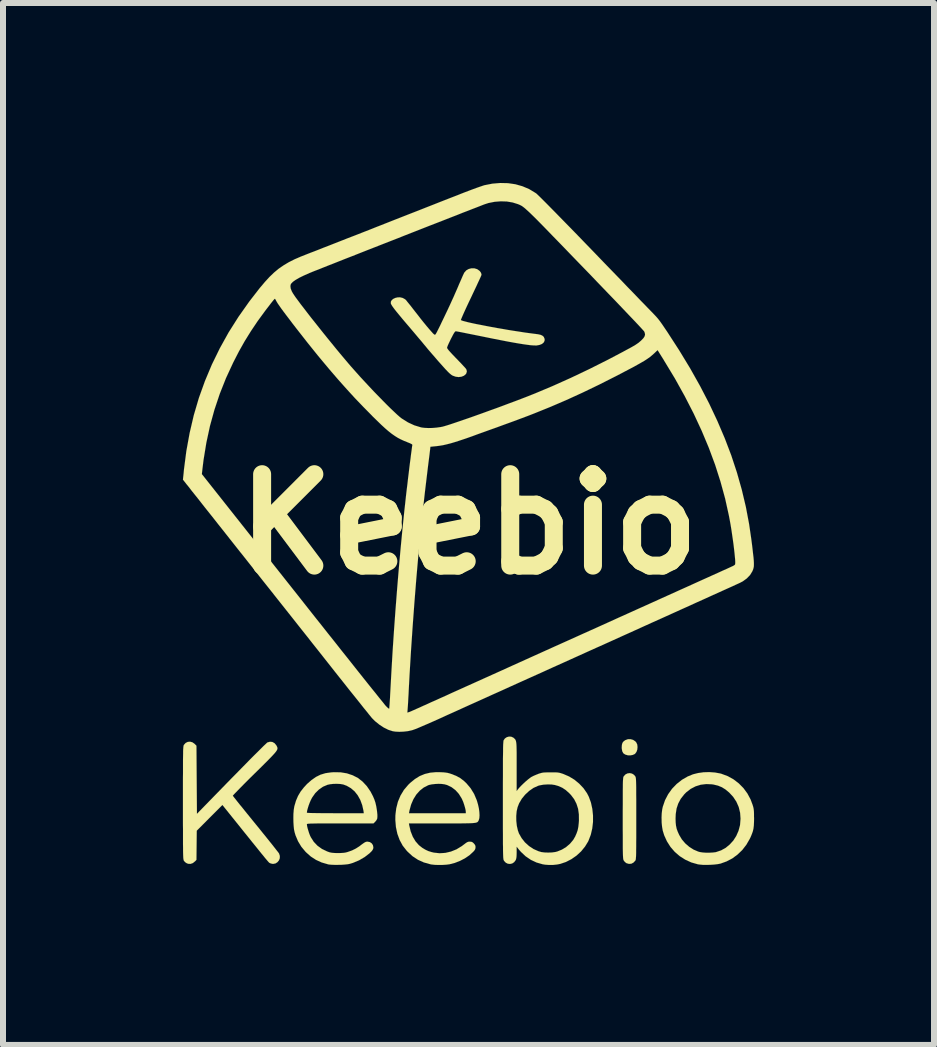
<source format=kicad_pcb>
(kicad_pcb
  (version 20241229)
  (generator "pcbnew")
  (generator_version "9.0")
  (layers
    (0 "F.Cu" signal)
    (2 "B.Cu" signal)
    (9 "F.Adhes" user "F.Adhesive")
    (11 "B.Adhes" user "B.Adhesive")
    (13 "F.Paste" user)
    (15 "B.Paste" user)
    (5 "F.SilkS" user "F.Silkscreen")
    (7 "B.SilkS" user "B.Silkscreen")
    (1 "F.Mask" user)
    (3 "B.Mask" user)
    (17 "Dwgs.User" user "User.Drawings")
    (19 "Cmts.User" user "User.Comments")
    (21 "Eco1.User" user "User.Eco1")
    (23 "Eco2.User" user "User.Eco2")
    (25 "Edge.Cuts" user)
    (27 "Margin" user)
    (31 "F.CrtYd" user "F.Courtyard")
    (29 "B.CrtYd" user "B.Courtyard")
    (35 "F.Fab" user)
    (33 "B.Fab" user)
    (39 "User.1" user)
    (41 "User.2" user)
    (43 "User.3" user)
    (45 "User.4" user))
  (footprint "Keebio"
    (layer "F.Cu")
    (at 4.767 5.69)
    (property "Reference" "Keebio" (at 0 0 0) (layer "F.SilkS") (effects (font (size 1.524 1.524) (thickness 0.3))))
    (attr through_hole)
    (fp_poly (pts (xy 2.738 3.595) (xy 2.774 3.619) (xy 2.792 3.64) (xy 2.807 3.674) (xy 2.811 3.715) (xy 2.807 3.757) (xy 2.794 3.794) (xy 2.773 3.823) (xy 2.764 3.831) (xy 2.73 3.846) (xy 2.688 3.853) (xy 2.65 3.852) (xy 2.606 3.839) (xy 2.575 3.818) (xy 2.557 3.785) (xy 2.549 3.741) (xy 2.548 3.724) (xy 2.551 3.678) (xy 2.56 3.645) (xy 2.578 3.621) (xy 2.605 3.601) (xy 2.606 3.6) (xy 2.65 3.584) (xy 2.695 3.583) (xy 2.738 3.595)) (stroke (width 0.001) (type solid)) (fill yes) (layer "F.SilkS"))
    (fp_poly (pts (xy 2.719 4.157) (xy 2.752 4.177) (xy 2.773 4.202) (xy 2.776 4.207) (xy 2.779 4.214) (xy 2.781 4.222) (xy 2.783 4.234) (xy 2.785 4.25) (xy 2.786 4.272) (xy 2.787 4.3) (xy 2.788 4.336) (xy 2.789 4.382) (xy 2.789 4.437) (xy 2.789 4.503) (xy 2.79 4.582) (xy 2.79 4.674) (xy 2.79 4.781) (xy 2.79 4.904) (xy 2.79 4.907) (xy 2.79 5.03) (xy 2.79 5.138) (xy 2.79 5.23) (xy 2.789 5.31) (xy 2.789 5.377) (xy 2.788 5.432) (xy 2.788 5.478) (xy 2.787 5.514) (xy 2.786 5.542) (xy 2.784 5.564) (xy 2.783 5.58) (xy 2.781 5.591) (xy 2.779 5.599) (xy 2.776 5.605) (xy 2.774 5.608) (xy 2.744 5.64) (xy 2.708 5.659) (xy 2.668 5.662) (xy 2.627 5.65) (xy 2.625 5.649) (xy 2.601 5.63) (xy 2.582 5.606) (xy 2.581 5.604) (xy 2.578 5.598) (xy 2.576 5.591) (xy 2.573 5.581) (xy 2.572 5.567) (xy 2.57 5.548) (xy 2.569 5.524) (xy 2.568 5.492) (xy 2.567 5.451) (xy 2.566 5.402) (xy 2.566 5.341) (xy 2.566 5.269) (xy 2.566 5.184) (xy 2.565 5.085) (xy 2.565 4.971) (xy 2.565 4.902) (xy 2.565 4.78) (xy 2.566 4.673) (xy 2.566 4.581) (xy 2.566 4.502) (xy 2.566 4.436) (xy 2.567 4.381) (xy 2.567 4.336) (xy 2.568 4.3) (xy 2.569 4.271) (xy 2.571 4.25) (xy 2.572 4.234) (xy 2.574 4.222) (xy 2.576 4.213) (xy 2.579 4.207) (xy 2.582 4.202) (xy 2.609 4.172) (xy 2.644 4.154) (xy 2.682 4.149) (xy 2.719 4.157)) (stroke (width 0.001) (type solid)) (fill yes) (layer "F.SilkS"))
    (fp_poly (pts (xy 4.103 4.139) (xy 4.191 4.155) (xy 4.212 4.161) (xy 4.316 4.2) (xy 4.413 4.254) (xy 4.5 4.321) (xy 4.577 4.399) (xy 4.643 4.489) (xy 4.696 4.588) (xy 4.73 4.679) (xy 4.739 4.709) (xy 4.745 4.734) (xy 4.749 4.76) (xy 4.752 4.791) (xy 4.753 4.829) (xy 4.753 4.879) (xy 4.754 4.898) (xy 4.753 4.968) (xy 4.75 5.025) (xy 4.744 5.074) (xy 4.734 5.118) (xy 4.718 5.163) (xy 4.698 5.212) (xy 4.682 5.245) (xy 4.626 5.342) (xy 4.558 5.43) (xy 4.479 5.506) (xy 4.391 5.571) (xy 4.295 5.621) (xy 4.195 5.657) (xy 4.149 5.666) (xy 4.091 5.673) (xy 4.027 5.677) (xy 3.962 5.679) (xy 3.9 5.678) (xy 3.847 5.673) (xy 3.818 5.669) (xy 3.709 5.638) (xy 3.608 5.592) (xy 3.515 5.533) (xy 3.432 5.461) (xy 3.361 5.379) (xy 3.302 5.286) (xy 3.256 5.185) (xy 3.232 5.107) (xy 3.221 5.045) (xy 3.214 4.974) (xy 3.213 4.906) (xy 3.445 4.906) (xy 3.447 4.973) (xy 3.453 5.028) (xy 3.464 5.079) (xy 3.483 5.13) (xy 3.507 5.182) (xy 3.55 5.254) (xy 3.607 5.321) (xy 3.673 5.378) (xy 3.745 5.424) (xy 3.822 5.457) (xy 3.851 5.465) (xy 3.896 5.472) (xy 3.951 5.476) (xy 4.01 5.476) (xy 4.067 5.473) (xy 4.115 5.467) (xy 4.122 5.465) (xy 4.205 5.437) (xy 4.281 5.395) (xy 4.349 5.339) (xy 4.409 5.273) (xy 4.458 5.196) (xy 4.495 5.112) (xy 4.519 5.022) (xy 4.521 5.012) (xy 4.529 4.909) (xy 4.522 4.81) (xy 4.499 4.715) (xy 4.46 4.626) (xy 4.406 4.544) (xy 4.34 4.473) (xy 4.279 4.422) (xy 4.218 4.384) (xy 4.152 4.357) (xy 4.077 4.339) (xy 4.05 4.335) (xy 3.957 4.331) (xy 3.866 4.342) (xy 3.779 4.369) (xy 3.698 4.411) (xy 3.624 4.468) (xy 3.587 4.506) (xy 3.531 4.578) (xy 3.49 4.655) (xy 3.462 4.739) (xy 3.448 4.832) (xy 3.445 4.906) (xy 3.213 4.906) (xy 3.212 4.898) (xy 3.215 4.823) (xy 3.223 4.755) (xy 3.233 4.709) (xy 3.27 4.601) (xy 3.322 4.501) (xy 3.387 4.41) (xy 3.464 4.33) (xy 3.551 4.261) (xy 3.648 4.205) (xy 3.736 4.169) (xy 3.819 4.148) (xy 3.912 4.135) (xy 4.008 4.132) (xy 4.103 4.139)) (stroke (width 0.001) (type solid)) (fill yes) (layer "F.SilkS"))
    (fp_poly (pts (xy -0.478 4.134) (xy -0.428 4.136) (xy -0.389 4.14) (xy -0.356 4.145) (xy -0.324 4.153) (xy -0.292 4.164) (xy -0.212 4.195) (xy -0.143 4.233) (xy -0.081 4.281) (xy -0.042 4.318) (xy 0.029 4.402) (xy 0.087 4.497) (xy 0.131 4.601) (xy 0.132 4.604) (xy 0.151 4.669) (xy 0.166 4.735) (xy 0.174 4.797) (xy 0.177 4.852) (xy 0.174 4.898) (xy 0.165 4.931) (xy 0.16 4.942) (xy 0.155 4.951) (xy 0.149 4.959) (xy 0.141 4.966) (xy 0.13 4.971) (xy 0.114 4.976) (xy 0.092 4.979) (xy 0.063 4.982) (xy 0.025 4.984) (xy -0.022 4.985) (xy -0.079 4.986) (xy -0.149 4.987) (xy -0.232 4.987) (xy -0.329 4.987) (xy -0.442 4.987) (xy -0.448 4.987) (xy -1 4.987) (xy -0.995 5.019) (xy -0.971 5.12) (xy -0.936 5.209) (xy -0.891 5.285) (xy -0.834 5.35) (xy -0.778 5.394) (xy -0.727 5.425) (xy -0.678 5.448) (xy -0.624 5.465) (xy -0.582 5.475) (xy -0.488 5.485) (xy -0.393 5.479) (xy -0.299 5.457) (xy -0.207 5.42) (xy -0.118 5.366) (xy -0.081 5.338) (xy -0.051 5.315) (xy -0.029 5.301) (xy -0.011 5.294) (xy 0.009 5.292) (xy 0.015 5.292) (xy 0.042 5.294) (xy 0.062 5.303) (xy 0.081 5.32) (xy 0.1 5.343) (xy 0.109 5.364) (xy 0.11 5.384) (xy 0.108 5.405) (xy 0.101 5.424) (xy 0.087 5.444) (xy 0.07 5.462) (xy 0.009 5.518) (xy -0.066 5.569) (xy -0.149 5.612) (xy -0.236 5.646) (xy -0.321 5.668) (xy -0.374 5.675) (xy -0.436 5.679) (xy -0.503 5.68) (xy -0.566 5.678) (xy -0.622 5.672) (xy -0.643 5.668) (xy -0.75 5.638) (xy -0.848 5.594) (xy -0.938 5.535) (xy -1.02 5.46) (xy -1.037 5.442) (xy -1.103 5.358) (xy -1.154 5.264) (xy -1.192 5.161) (xy -1.216 5.049) (xy -1.226 4.93) (xy -1.225 4.856) (xy -1.221 4.818) (xy -0.999 4.818) (xy -0.051 4.818) (xy -0.051 4.798) (xy -0.054 4.767) (xy -0.064 4.725) (xy -0.078 4.677) (xy -0.094 4.629) (xy -0.113 4.586) (xy -0.121 4.569) (xy -0.168 4.494) (xy -0.224 4.432) (xy -0.289 4.383) (xy -0.361 4.348) (xy -0.407 4.335) (xy -0.453 4.329) (xy -0.507 4.327) (xy -0.564 4.33) (xy -0.619 4.336) (xy -0.665 4.346) (xy -0.679 4.351) (xy -0.753 4.389) (xy -0.819 4.441) (xy -0.877 4.506) (xy -0.925 4.583) (xy -0.963 4.671) (xy -0.99 4.769) (xy -0.994 4.79) (xy -0.999 4.818) (xy -1.221 4.818) (xy -1.211 4.737) (xy -1.183 4.626) (xy -1.14 4.524) (xy -1.083 4.429) (xy -1.01 4.343) (xy -0.979 4.313) (xy -0.901 4.249) (xy -0.821 4.199) (xy -0.737 4.164) (xy -0.646 4.142) (xy -0.546 4.133) (xy -0.478 4.134)) (stroke (width 0.001) (type solid)) (fill yes) (layer "F.SilkS"))
    (fp_poly (pts (xy -4.61 3.635) (xy -4.574 3.66) (xy -4.573 3.661) (xy -4.542 3.692) (xy -4.538 4.26) (xy -4.534 4.828) (xy -3.96 4.239) (xy -3.873 4.151) (xy -3.791 4.067) (xy -3.713 3.988) (xy -3.642 3.915) (xy -3.576 3.849) (xy -3.517 3.791) (xy -3.467 3.741) (xy -3.425 3.699) (xy -3.392 3.668) (xy -3.37 3.647) (xy -3.358 3.637) (xy -3.357 3.637) (xy -3.316 3.626) (xy -3.276 3.63) (xy -3.24 3.65) (xy -3.212 3.683) (xy -3.206 3.694) (xy -3.199 3.707) (xy -3.194 3.719) (xy -3.192 3.731) (xy -3.192 3.743) (xy -3.196 3.757) (xy -3.205 3.774) (xy -3.219 3.794) (xy -3.239 3.818) (xy -3.267 3.849) (xy -3.302 3.886) (xy -3.345 3.93) (xy -3.398 3.983) (xy -3.461 4.046) (xy -3.535 4.119) (xy -3.57 4.153) (xy -3.636 4.218) (xy -3.697 4.279) (xy -3.754 4.336) (xy -3.805 4.388) (xy -3.849 4.433) (xy -3.885 4.47) (xy -3.913 4.499) (xy -3.93 4.518) (xy -3.936 4.526) (xy -3.936 4.526) (xy -3.93 4.534) (xy -3.915 4.554) (xy -3.89 4.585) (xy -3.858 4.626) (xy -3.818 4.676) (xy -3.771 4.733) (xy -3.72 4.797) (xy -3.663 4.867) (xy -3.603 4.941) (xy -3.556 4.999) (xy -3.493 5.076) (xy -3.433 5.151) (xy -3.377 5.22) (xy -3.325 5.285) (xy -3.279 5.342) (xy -3.24 5.392) (xy -3.208 5.433) (xy -3.184 5.463) (xy -3.169 5.483) (xy -3.165 5.489) (xy -3.152 5.529) (xy -3.153 5.568) (xy -3.167 5.604) (xy -3.191 5.633) (xy -3.223 5.654) (xy -3.262 5.662) (xy -3.275 5.661) (xy -3.302 5.655) (xy -3.325 5.645) (xy -3.329 5.642) (xy -3.335 5.636) (xy -3.345 5.625) (xy -3.358 5.61) (xy -3.375 5.59) (xy -3.398 5.563) (xy -3.425 5.529) (xy -3.46 5.487) (xy -3.501 5.436) (xy -3.549 5.376) (xy -3.606 5.306) (xy -3.671 5.225) (xy -3.746 5.132) (xy -3.814 5.047) (xy -4.109 4.68) (xy -4.323 4.894) (xy -4.537 5.109) (xy -4.542 5.595) (xy -4.564 5.618) (xy -4.601 5.648) (xy -4.64 5.662) (xy -4.681 5.66) (xy -4.706 5.65) (xy -4.731 5.633) (xy -4.75 5.611) (xy -4.751 5.61) (xy -4.753 5.605) (xy -4.756 5.599) (xy -4.757 5.591) (xy -4.759 5.58) (xy -4.761 5.565) (xy -4.762 5.545) (xy -4.763 5.519) (xy -4.764 5.486) (xy -4.765 5.445) (xy -4.765 5.395) (xy -4.766 5.336) (xy -4.766 5.265) (xy -4.766 5.184) (xy -4.766 5.089) (xy -4.767 4.981) (xy -4.767 4.858) (xy -4.767 4.72) (xy -4.767 4.644) (xy -4.767 4.498) (xy -4.767 4.367) (xy -4.767 4.252) (xy -4.766 4.151) (xy -4.766 4.063) (xy -4.766 3.987) (xy -4.766 3.922) (xy -4.765 3.868) (xy -4.764 3.822) (xy -4.764 3.785) (xy -4.763 3.756) (xy -4.761 3.733) (xy -4.76 3.715) (xy -4.758 3.702) (xy -4.757 3.693) (xy -4.755 3.686) (xy -4.752 3.681) (xy -4.75 3.677) (xy -4.722 3.646) (xy -4.688 3.629) (xy -4.649 3.625) (xy -4.61 3.635)) (stroke (width 0.001) (type solid)) (fill yes) (layer "F.SilkS"))
    (fp_poly (pts (xy -2.138 4.136) (xy -2.034 4.153) (xy -1.938 4.185) (xy -1.85 4.23) (xy -1.772 4.291) (xy -1.702 4.366) (xy -1.641 4.455) (xy -1.6 4.533) (xy -1.576 4.589) (xy -1.558 4.643) (xy -1.545 4.7) (xy -1.534 4.766) (xy -1.531 4.792) (xy -1.526 4.843) (xy -1.526 4.88) (xy -1.529 4.908) (xy -1.539 4.93) (xy -1.554 4.95) (xy -1.562 4.959) (xy -1.59 4.987) (xy -2.145 4.987) (xy -2.256 4.987) (xy -2.351 4.987) (xy -2.432 4.987) (xy -2.499 4.987) (xy -2.554 4.988) (xy -2.598 4.989) (xy -2.632 4.989) (xy -2.658 4.991) (xy -2.676 4.992) (xy -2.689 4.994) (xy -2.696 4.996) (xy -2.7 4.998) (xy -2.701 5.001) (xy -2.701 5.002) (xy -2.698 5.03) (xy -2.689 5.068) (xy -2.676 5.112) (xy -2.662 5.156) (xy -2.646 5.196) (xy -2.635 5.218) (xy -2.586 5.295) (xy -2.524 5.36) (xy -2.45 5.413) (xy -2.365 5.454) (xy -2.352 5.459) (xy -2.323 5.469) (xy -2.296 5.475) (xy -2.267 5.479) (xy -2.232 5.481) (xy -2.184 5.482) (xy -2.135 5.481) (xy -2.096 5.479) (xy -2.065 5.475) (xy -2.035 5.468) (xy -2.015 5.462) (xy -1.948 5.438) (xy -1.887 5.408) (xy -1.827 5.37) (xy -1.792 5.343) (xy -1.759 5.319) (xy -1.736 5.304) (xy -1.717 5.295) (xy -1.699 5.292) (xy -1.689 5.292) (xy -1.651 5.299) (xy -1.62 5.32) (xy -1.6 5.35) (xy -1.593 5.387) (xy -1.595 5.405) (xy -1.603 5.425) (xy -1.618 5.447) (xy -1.645 5.474) (xy -1.656 5.485) (xy -1.738 5.548) (xy -1.832 5.603) (xy -1.933 5.645) (xy -1.985 5.661) (xy -2.021 5.668) (xy -2.069 5.673) (xy -2.125 5.677) (xy -2.184 5.678) (xy -2.241 5.678) (xy -2.293 5.676) (xy -2.335 5.672) (xy -2.349 5.669) (xy -2.455 5.638) (xy -2.549 5.595) (xy -2.634 5.54) (xy -2.713 5.47) (xy -2.723 5.46) (xy -2.793 5.376) (xy -2.848 5.285) (xy -2.89 5.186) (xy -2.905 5.135) (xy -2.915 5.089) (xy -2.921 5.03) (xy -2.925 4.964) (xy -2.926 4.895) (xy -2.925 4.827) (xy -2.923 4.809) (xy -2.701 4.809) (xy -2.694 4.811) (xy -2.672 4.813) (xy -2.636 4.814) (xy -2.585 4.815) (xy -2.518 4.816) (xy -2.435 4.817) (xy -2.336 4.817) (xy -2.226 4.818) (xy -1.752 4.818) (xy -1.757 4.777) (xy -1.778 4.683) (xy -1.81 4.596) (xy -1.853 4.519) (xy -1.905 4.453) (xy -1.967 4.4) (xy -2.036 4.36) (xy -2.095 4.338) (xy -2.142 4.33) (xy -2.199 4.327) (xy -2.258 4.328) (xy -2.314 4.334) (xy -2.356 4.343) (xy -2.432 4.375) (xy -2.501 4.423) (xy -2.562 4.483) (xy -2.614 4.557) (xy -2.637 4.601) (xy -2.654 4.641) (xy -2.671 4.686) (xy -2.685 4.731) (xy -2.696 4.771) (xy -2.701 4.802) (xy -2.701 4.809) (xy -2.923 4.809) (xy -2.92 4.765) (xy -2.912 4.714) (xy -2.909 4.699) (xy -2.882 4.608) (xy -2.848 4.529) (xy -2.806 4.458) (xy -2.752 4.389) (xy -2.698 4.33) (xy -2.623 4.264) (xy -2.55 4.213) (xy -2.473 4.175) (xy -2.39 4.15) (xy -2.297 4.137) (xy -2.252 4.134) (xy -2.138 4.136)) (stroke (width 0.001) (type solid)) (fill yes) (layer "F.SilkS"))
    (fp_poly (pts (xy 0.706 3.542) (xy 0.74 3.557) (xy 0.745 3.561) (xy 0.756 3.571) (xy 0.766 3.58) (xy 0.774 3.59) (xy 0.78 3.602) (xy 0.785 3.618) (xy 0.789 3.639) (xy 0.792 3.667) (xy 0.794 3.704) (xy 0.795 3.75) (xy 0.796 3.808) (xy 0.796 3.878) (xy 0.796 3.963) (xy 0.796 4.04) (xy 0.796 4.449) (xy 0.814 4.424) (xy 0.837 4.396) (xy 0.87 4.361) (xy 0.908 4.324) (xy 0.948 4.287) (xy 0.988 4.253) (xy 1.022 4.227) (xy 1.041 4.214) (xy 1.078 4.195) (xy 1.122 4.176) (xy 1.163 4.16) (xy 1.164 4.159) (xy 1.192 4.151) (xy 1.217 4.144) (xy 1.242 4.14) (xy 1.272 4.138) (xy 1.311 4.137) (xy 1.363 4.137) (xy 1.414 4.137) (xy 1.452 4.137) (xy 1.481 4.139) (xy 1.506 4.143) (xy 1.53 4.149) (xy 1.558 4.158) (xy 1.575 4.164) (xy 1.67 4.205) (xy 1.759 4.259) (xy 1.839 4.325) (xy 1.91 4.4) (xy 1.968 4.483) (xy 1.998 4.541) (xy 2.034 4.638) (xy 2.057 4.743) (xy 2.069 4.853) (xy 2.069 4.964) (xy 2.056 5.073) (xy 2.032 5.176) (xy 1.995 5.272) (xy 1.989 5.286) (xy 1.936 5.373) (xy 1.871 5.453) (xy 1.794 5.524) (xy 1.709 5.583) (xy 1.618 5.63) (xy 1.523 5.662) (xy 1.472 5.672) (xy 1.408 5.679) (xy 1.338 5.68) (xy 1.27 5.675) (xy 1.228 5.668) (xy 1.128 5.639) (xy 1.034 5.595) (xy 0.947 5.536) (xy 0.868 5.462) (xy 0.828 5.416) (xy 0.796 5.375) (xy 0.796 5.47) (xy 0.795 5.516) (xy 0.793 5.548) (xy 0.789 5.572) (xy 0.783 5.593) (xy 0.779 5.601) (xy 0.754 5.634) (xy 0.722 5.655) (xy 0.686 5.663) (xy 0.649 5.659) (xy 0.615 5.642) (xy 0.587 5.612) (xy 0.583 5.604) (xy 0.58 5.599) (xy 0.578 5.593) (xy 0.576 5.584) (xy 0.575 5.573) (xy 0.573 5.557) (xy 0.572 5.535) (xy 0.571 5.508) (xy 0.57 5.474) (xy 0.569 5.432) (xy 0.569 5.381) (xy 0.568 5.321) (xy 0.568 5.249) (xy 0.568 5.166) (xy 0.567 5.071) (xy 0.567 4.962) (xy 0.567 4.864) (xy 0.789 4.864) (xy 0.79 4.946) (xy 0.799 5.028) (xy 0.816 5.103) (xy 0.834 5.154) (xy 0.878 5.232) (xy 0.934 5.303) (xy 1.001 5.364) (xy 1.076 5.414) (xy 1.157 5.45) (xy 1.207 5.465) (xy 1.26 5.472) (xy 1.321 5.474) (xy 1.384 5.472) (xy 1.442 5.464) (xy 1.473 5.456) (xy 1.55 5.425) (xy 1.622 5.381) (xy 1.686 5.326) (xy 1.74 5.262) (xy 1.772 5.207) (xy 1.796 5.152) (xy 1.814 5.1) (xy 1.825 5.045) (xy 1.832 4.981) (xy 1.835 4.94) (xy 1.834 4.837) (xy 1.821 4.744) (xy 1.794 4.66) (xy 1.755 4.583) (xy 1.701 4.512) (xy 1.673 4.483) (xy 1.615 4.431) (xy 1.556 4.392) (xy 1.493 4.364) (xy 1.435 4.347) (xy 1.377 4.338) (xy 1.312 4.337) (xy 1.245 4.341) (xy 1.183 4.352) (xy 1.154 4.36) (xy 1.077 4.395) (xy 1.005 4.445) (xy 0.939 4.506) (xy 0.882 4.575) (xy 0.837 4.652) (xy 0.812 4.716) (xy 0.796 4.785) (xy 0.789 4.864) (xy 0.567 4.864) (xy 0.567 4.838) (xy 0.567 4.699) (xy 0.567 4.604) (xy 0.567 4.452) (xy 0.567 4.316) (xy 0.568 4.195) (xy 0.568 4.089) (xy 0.568 3.996) (xy 0.568 3.916) (xy 0.569 3.847) (xy 0.57 3.788) (xy 0.57 3.74) (xy 0.571 3.7) (xy 0.572 3.669) (xy 0.574 3.645) (xy 0.575 3.626) (xy 0.577 3.614) (xy 0.578 3.605) (xy 0.579 3.602) (xy 0.601 3.571) (xy 0.632 3.55) (xy 0.668 3.54) (xy 0.706 3.542)) (stroke (width 0.001) (type solid)) (fill yes) (layer "F.SilkS"))
    (fp_poly (pts (xy 0.09 -4.267) (xy 0.136 -4.253) (xy 0.148 -4.246) (xy 0.18 -4.222) (xy 0.201 -4.194) (xy 0.21 -4.166) (xy 0.208 -4.154) (xy 0.204 -4.142) (xy 0.193 -4.117) (xy 0.176 -4.08) (xy 0.154 -4.033) (xy 0.128 -3.976) (xy 0.098 -3.913) (xy 0.065 -3.843) (xy 0.034 -3.777) (xy -0.001 -3.704) (xy -0.033 -3.636) (xy -0.062 -3.573) (xy -0.087 -3.518) (xy -0.107 -3.472) (xy -0.122 -3.437) (xy -0.131 -3.414) (xy -0.134 -3.405) (xy -0.125 -3.399) (xy -0.1 -3.39) (xy -0.062 -3.38) (xy -0.012 -3.367) (xy 0.05 -3.353) (xy 0.12 -3.338) (xy 0.199 -3.323) (xy 0.284 -3.306) (xy 0.374 -3.289) (xy 0.467 -3.272) (xy 0.562 -3.256) (xy 0.658 -3.239) (xy 0.753 -3.224) (xy 0.845 -3.21) (xy 0.933 -3.196) (xy 1.016 -3.185) (xy 1.092 -3.175) (xy 1.101 -3.174) (xy 1.154 -3.167) (xy 1.194 -3.158) (xy 1.222 -3.146) (xy 1.241 -3.131) (xy 1.249 -3.121) (xy 1.263 -3.088) (xy 1.261 -3.057) (xy 1.246 -3.029) (xy 1.218 -3.006) (xy 1.179 -2.99) (xy 1.13 -2.981) (xy 1.109 -2.981) (xy 1.073 -2.982) (xy 1.029 -2.985) (xy 0.975 -2.992) (xy 0.911 -3.001) (xy 0.835 -3.013) (xy 0.748 -3.028) (xy 0.649 -3.046) (xy 0.536 -3.068) (xy 0.408 -3.093) (xy 0.266 -3.122) (xy 0.148 -3.146) (xy 0.073 -3.161) (xy 0.003 -3.175) (xy -0.061 -3.188) (xy -0.116 -3.199) (xy -0.162 -3.208) (xy -0.195 -3.214) (xy -0.214 -3.217) (xy -0.218 -3.217) (xy -0.226 -3.215) (xy -0.235 -3.206) (xy -0.247 -3.189) (xy -0.263 -3.162) (xy -0.283 -3.123) (xy -0.3 -3.091) (xy -0.321 -3.047) (xy -0.34 -3.007) (xy -0.354 -2.975) (xy -0.362 -2.952) (xy -0.364 -2.943) (xy -0.361 -2.933) (xy -0.351 -2.918) (xy -0.334 -2.896) (xy -0.307 -2.866) (xy -0.271 -2.827) (xy -0.224 -2.778) (xy -0.209 -2.763) (xy -0.167 -2.719) (xy -0.128 -2.679) (xy -0.095 -2.643) (xy -0.068 -2.614) (xy -0.051 -2.594) (xy -0.044 -2.585) (xy -0.034 -2.551) (xy -0.042 -2.518) (xy -0.052 -2.502) (xy -0.083 -2.476) (xy -0.124 -2.46) (xy -0.171 -2.454) (xy -0.22 -2.46) (xy -0.268 -2.477) (xy -0.272 -2.479) (xy -0.289 -2.489) (xy -0.308 -2.504) (xy -0.331 -2.524) (xy -0.359 -2.552) (xy -0.394 -2.589) (xy -0.437 -2.637) (xy -0.461 -2.664) (xy -0.512 -2.721) (xy -0.568 -2.786) (xy -0.626 -2.853) (xy -0.683 -2.919) (xy -0.732 -2.979) (xy -0.741 -2.989) (xy -0.785 -3.043) (xy -0.838 -3.105) (xy -0.894 -3.172) (xy -0.951 -3.239) (xy -1.005 -3.303) (xy -1.036 -3.339) (xy -1.104 -3.419) (xy -1.161 -3.488) (xy -1.208 -3.545) (xy -1.245 -3.592) (xy -1.272 -3.629) (xy -1.29 -3.657) (xy -1.3 -3.677) (xy -1.301 -3.681) (xy -1.301 -3.71) (xy -1.286 -3.736) (xy -1.261 -3.757) (xy -1.227 -3.773) (xy -1.189 -3.782) (xy -1.148 -3.783) (xy -1.108 -3.774) (xy -1.103 -3.772) (xy -1.078 -3.759) (xy -1.058 -3.746) (xy -1.056 -3.744) (xy -1.046 -3.734) (xy -1.029 -3.712) (xy -1.003 -3.68) (xy -0.971 -3.641) (xy -0.935 -3.594) (xy -0.895 -3.543) (xy -0.872 -3.514) (xy -0.811 -3.435) (xy -0.755 -3.365) (xy -0.705 -3.304) (xy -0.661 -3.252) (xy -0.625 -3.211) (xy -0.598 -3.181) (xy -0.579 -3.164) (xy -0.571 -3.16) (xy -0.566 -3.159) (xy -0.561 -3.161) (xy -0.555 -3.168) (xy -0.547 -3.18) (xy -0.536 -3.199) (xy -0.522 -3.227) (xy -0.503 -3.265) (xy -0.478 -3.315) (xy -0.448 -3.379) (xy -0.44 -3.395) (xy -0.393 -3.493) (xy -0.352 -3.579) (xy -0.316 -3.656) (xy -0.284 -3.727) (xy -0.253 -3.794) (xy -0.224 -3.861) (xy -0.193 -3.931) (xy -0.164 -4) (xy -0.141 -4.052) (xy -0.12 -4.1) (xy -0.102 -4.142) (xy -0.087 -4.174) (xy -0.077 -4.194) (xy -0.075 -4.197) (xy -0.044 -4.232) (xy -0.004 -4.255) (xy 0.042 -4.267) (xy 0.09 -4.267)) (stroke (width 0.001) (type solid)) (fill yes) (layer "F.SilkS"))
    (fp_poly (pts (xy 0.651 -5.686) (xy 0.775 -5.668) (xy 0.892 -5.635) (xy 1.003 -5.588) (xy 1.106 -5.526) (xy 1.124 -5.514) (xy 1.137 -5.502) (xy 1.161 -5.479) (xy 1.196 -5.445) (xy 1.242 -5.399) (xy 1.297 -5.344) (xy 1.362 -5.278) (xy 1.435 -5.204) (xy 1.517 -5.12) (xy 1.607 -5.028) (xy 1.704 -4.929) (xy 1.808 -4.822) (xy 1.918 -4.708) (xy 2.035 -4.587) (xy 2.07 -4.551) (xy 2.173 -4.444) (xy 2.274 -4.339) (xy 2.373 -4.237) (xy 2.468 -4.139) (xy 2.559 -4.045) (xy 2.644 -3.956) (xy 2.725 -3.873) (xy 2.798 -3.797) (xy 2.864 -3.728) (xy 2.923 -3.668) (xy 2.972 -3.617) (xy 3.013 -3.575) (xy 3.043 -3.544) (xy 3.062 -3.525) (xy 3.063 -3.523) (xy 3.095 -3.49) (xy 3.124 -3.459) (xy 3.15 -3.429) (xy 3.176 -3.396) (xy 3.204 -3.358) (xy 3.236 -3.312) (xy 3.273 -3.257) (xy 3.305 -3.21) (xy 3.503 -2.904) (xy 3.686 -2.603) (xy 3.853 -2.306) (xy 4.005 -2.013) (xy 4.142 -1.722) (xy 4.265 -1.434) (xy 4.374 -1.148) (xy 4.468 -0.863) (xy 4.549 -0.577) (xy 4.617 -0.291) (xy 4.671 -0.005) (xy 4.707 0.241) (xy 4.72 0.341) (xy 4.73 0.426) (xy 4.738 0.497) (xy 4.745 0.556) (xy 4.749 0.604) (xy 4.751 0.644) (xy 4.751 0.676) (xy 4.75 0.703) (xy 4.746 0.725) (xy 4.741 0.745) (xy 4.734 0.764) (xy 4.726 0.783) (xy 4.725 0.785) (xy 4.687 0.847) (xy 4.633 0.903) (xy 4.567 0.951) (xy 4.529 0.971) (xy 4.515 0.978) (xy 4.487 0.991) (xy 4.445 1.01) (xy 4.389 1.036) (xy 4.32 1.067) (xy 4.238 1.104) (xy 4.145 1.146) (xy 4.041 1.193) (xy 3.927 1.245) (xy 3.802 1.301) (xy 3.669 1.362) (xy 3.526 1.426) (xy 3.376 1.494) (xy 3.219 1.565) (xy 3.054 1.639) (xy 2.884 1.716) (xy 2.708 1.796) (xy 2.528 1.877) (xy 2.343 1.961) (xy 2.154 2.046) (xy 2.151 2.047) (xy 1.958 2.134) (xy 1.768 2.22) (xy 1.58 2.305) (xy 1.395 2.388) (xy 1.215 2.47) (xy 1.039 2.549) (xy 0.868 2.626) (xy 0.704 2.7) (xy 0.546 2.772) (xy 0.396 2.839) (xy 0.255 2.903) (xy 0.122 2.963) (xy -0.000498 3.018) (xy -0.113 3.069) (xy -0.214 3.115) (xy -0.303 3.155) (xy -0.379 3.189) (xy -0.441 3.218) (xy -0.49 3.24) (xy -0.516 3.252) (xy -0.613 3.295) (xy -0.7 3.333) (xy -0.777 3.366) (xy -0.842 3.394) (xy -0.894 3.415) (xy -0.933 3.429) (xy -0.953 3.435) (xy -1.017 3.449) (xy -1.088 3.457) (xy -1.159 3.46) (xy -1.224 3.457) (xy -1.27 3.45) (xy -1.342 3.427) (xy -1.417 3.39) (xy -1.492 3.341) (xy -1.565 3.282) (xy -1.61 3.237) (xy -1.62 3.226) (xy -1.64 3.201) (xy -1.669 3.166) (xy -1.689 3.14) (xy -1.026 3.14) (xy -1.002 3.133) (xy -0.988 3.128) (xy -0.961 3.117) (xy -0.923 3.1) (xy -0.876 3.079) (xy -0.823 3.056) (xy -0.765 3.029) (xy -0.749 3.022) (xy -0.723 3.011) (xy -0.682 2.992) (xy -0.628 2.967) (xy -0.559 2.937) (xy -0.478 2.9) (xy -0.384 2.858) (xy -0.28 2.81) (xy -0.164 2.758) (xy -0.038 2.701) (xy 0.098 2.64) (xy 0.242 2.575) (xy 0.395 2.506) (xy 0.555 2.434) (xy 0.722 2.358) (xy 0.895 2.28) (xy 1.074 2.199) (xy 1.258 2.116) (xy 1.446 2.031) (xy 1.638 1.945) (xy 1.833 1.857) (xy 1.926 1.815) (xy 2.12 1.728) (xy 2.31 1.642) (xy 2.495 1.558) (xy 2.675 1.477) (xy 2.85 1.398) (xy 3.019 1.322) (xy 3.18 1.249) (xy 3.335 1.179) (xy 3.481 1.113) (xy 3.619 1.051) (xy 3.747 0.993) (xy 3.866 0.939) (xy 3.975 0.89) (xy 4.072 0.846) (xy 4.159 0.807) (xy 4.233 0.773) (xy 4.294 0.746) (xy 4.342 0.724) (xy 4.376 0.708) (xy 4.396 0.699) (xy 4.401 0.697) (xy 4.422 0.685) (xy 4.436 0.673) (xy 4.437 0.672) (xy 4.44 0.659) (xy 4.441 0.631) (xy 4.439 0.589) (xy 4.434 0.537) (xy 4.428 0.475) (xy 4.42 0.405) (xy 4.411 0.33) (xy 4.4 0.251) (xy 4.388 0.169) (xy 4.376 0.087) (xy 4.363 0.007) (xy 4.349 -0.07) (xy 4.335 -0.143) (xy 4.334 -0.148) (xy 4.272 -0.429) (xy 4.195 -0.71) (xy 4.105 -0.992) (xy 4 -1.275) (xy 3.881 -1.559) (xy 3.747 -1.847) (xy 3.598 -2.137) (xy 3.434 -2.432) (xy 3.253 -2.731) (xy 3.245 -2.745) (xy 3.146 -2.903) (xy 3.089 -2.849) (xy 3.054 -2.818) (xy 3.018 -2.788) (xy 2.977 -2.759) (xy 2.93 -2.728) (xy 2.873 -2.695) (xy 2.806 -2.657) (xy 2.743 -2.622) (xy 2.453 -2.47) (xy 2.172 -2.328) (xy 1.898 -2.196) (xy 1.627 -2.072) (xy 1.357 -1.956) (xy 1.085 -1.846) (xy 0.982 -1.806) (xy 0.947 -1.793) (xy 0.912 -1.779) (xy 0.875 -1.766) (xy 0.835 -1.751) (xy 0.791 -1.734) (xy 0.741 -1.716) (xy 0.684 -1.695) (xy 0.62 -1.672) (xy 0.546 -1.645) (xy 0.462 -1.614) (xy 0.366 -1.58) (xy 0.258 -1.541) (xy 0.135 -1.497) (xy 0.06 -1.469) (xy -0.05 -1.43) (xy -0.146 -1.398) (xy -0.23 -1.371) (xy -0.304 -1.349) (xy -0.371 -1.332) (xy -0.432 -1.318) (xy -0.488 -1.309) (xy -0.542 -1.302) (xy -0.642 -1.292) (xy -0.646 -1.254) (xy -0.648 -1.237) (xy -0.652 -1.205) (xy -0.657 -1.161) (xy -0.664 -1.106) (xy -0.672 -1.043) (xy -0.681 -0.972) (xy -0.69 -0.897) (xy -0.693 -0.872) (xy -0.733 -0.539) (xy -0.772 -0.191) (xy -0.809 0.171) (xy -0.845 0.543) (xy -0.878 0.924) (xy -0.909 1.313) (xy -0.938 1.707) (xy -0.965 2.104) (xy -0.989 2.503) (xy -1.003 2.764) (xy -1.006 2.831) (xy -1.01 2.895) (xy -1.013 2.955) (xy -1.016 3.006) (xy -1.019 3.047) (xy -1.021 3.074) (xy -1.021 3.075) (xy -1.026 3.14) (xy -1.689 3.14) (xy -1.706 3.119) (xy -1.752 3.063) (xy -1.804 2.997) (xy -1.863 2.923) (xy -1.928 2.842) (xy -1.998 2.755) (xy -2.072 2.661) (xy -2.15 2.563) (xy -2.231 2.461) (xy -2.312 2.358) (xy -2.399 2.248) (xy -2.496 2.125) (xy -2.6 1.994) (xy -2.711 1.853) (xy -2.827 1.707) (xy -2.947 1.555) (xy -3.069 1.401) (xy -3.193 1.245) (xy -3.316 1.089) (xy -3.438 0.936) (xy -3.556 0.786) (xy -3.671 0.641) (xy -3.78 0.503) (xy -3.81 0.466) (xy -3.904 0.347) (xy -3.996 0.231) (xy -4.084 0.119) (xy -4.17 0.011) (xy -4.251 -0.092) (xy -4.328 -0.189) (xy -4.4 -0.279) (xy -4.465 -0.362) (xy -4.524 -0.437) (xy -4.576 -0.502) (xy -4.621 -0.558) (xy -4.656 -0.604) (xy -4.683 -0.638) (xy -4.701 -0.66) (xy -4.706 -0.666) (xy -4.767 -0.744) (xy -4.757 -0.836) (xy -4.452 -0.836) (xy -2.94 1.074) (xy -2.814 1.233) (xy -2.691 1.389) (xy -2.571 1.541) (xy -2.453 1.689) (xy -2.34 1.832) (xy -2.23 1.97) (xy -2.126 2.102) (xy -2.026 2.227) (xy -1.932 2.346) (xy -1.844 2.457) (xy -1.762 2.56) (xy -1.687 2.654) (xy -1.619 2.739) (xy -1.558 2.814) (xy -1.506 2.88) (xy -1.462 2.934) (xy -1.427 2.977) (xy -1.402 3.009) (xy -1.386 3.028) (xy -1.381 3.033) (xy -1.359 3.055) (xy -1.341 3.07) (xy -1.33 3.076) (xy -1.329 3.075) (xy -1.327 3.066) (xy -1.325 3.041) (xy -1.322 3.004) (xy -1.319 2.955) (xy -1.315 2.898) (xy -1.312 2.834) (xy -1.309 2.781) (xy -1.291 2.45) (xy -1.271 2.11) (xy -1.248 1.766) (xy -1.223 1.421) (xy -1.196 1.076) (xy -1.168 0.736) (xy -1.138 0.403) (xy -1.107 0.08) (xy -1.075 -0.231) (xy -1.062 -0.347) (xy -1.054 -0.422) (xy -1.045 -0.503) (xy -1.035 -0.588) (xy -1.024 -0.676) (xy -1.014 -0.765) (xy -1.003 -0.853) (xy -0.993 -0.938) (xy -0.983 -1.019) (xy -0.973 -1.093) (xy -0.965 -1.16) (xy -0.957 -1.218) (xy -0.951 -1.264) (xy -0.947 -1.297) (xy -0.943 -1.315) (xy -0.943 -1.317) (xy -0.943 -1.325) (xy -0.949 -1.333) (xy -0.963 -1.341) (xy -0.988 -1.353) (xy -1.026 -1.368) (xy -1.03 -1.37) (xy -1.087 -1.393) (xy -1.139 -1.417) (xy -1.188 -1.443) (xy -1.237 -1.474) (xy -1.287 -1.509) (xy -1.34 -1.551) (xy -1.397 -1.6) (xy -1.46 -1.658) (xy -1.531 -1.727) (xy -1.612 -1.806) (xy -1.613 -1.808) (xy -1.757 -1.954) (xy -1.898 -2.101) (xy -2.037 -2.253) (xy -2.177 -2.41) (xy -2.32 -2.576) (xy -2.468 -2.753) (xy -2.516 -2.811) (xy -2.571 -2.879) (xy -2.629 -2.951) (xy -2.69 -3.027) (xy -2.751 -3.105) (xy -2.813 -3.184) (xy -2.874 -3.262) (xy -2.933 -3.338) (xy -2.988 -3.411) (xy -3.04 -3.479) (xy -3.086 -3.54) (xy -3.126 -3.594) (xy -3.158 -3.64) (xy -3.182 -3.674) (xy -3.197 -3.698) (xy -3.198 -3.699) (xy -3.213 -3.726) (xy -3.225 -3.748) (xy -3.232 -3.759) (xy -3.232 -3.759) (xy -3.236 -3.759) (xy -3.243 -3.753) (xy -3.255 -3.74) (xy -3.273 -3.718) (xy -3.297 -3.688) (xy -3.329 -3.646) (xy -3.37 -3.593) (xy -3.399 -3.555) (xy -3.521 -3.388) (xy -3.632 -3.223) (xy -3.736 -3.056) (xy -3.834 -2.882) (xy -3.929 -2.697) (xy -4.049 -2.438) (xy -4.153 -2.176) (xy -4.242 -1.91) (xy -4.317 -1.638) (xy -4.377 -1.36) (xy -4.424 -1.072) (xy -4.44 -0.941) (xy -4.452 -0.836) (xy -4.757 -0.836) (xy -4.75 -0.912) (xy -4.71 -1.221) (xy -4.655 -1.523) (xy -4.586 -1.818) (xy -4.501 -2.107) (xy -4.4 -2.388) (xy -4.284 -2.664) (xy -4.152 -2.934) (xy -4.005 -3.199) (xy -3.841 -3.458) (xy -3.661 -3.713) (xy -3.484 -3.941) (xy -3.458 -3.971) (xy -2.976 -3.971) (xy -2.971 -3.931) (xy -2.953 -3.884) (xy -2.934 -3.85) (xy -2.915 -3.821) (xy -2.886 -3.779) (xy -2.848 -3.728) (xy -2.803 -3.667) (xy -2.75 -3.599) (xy -2.692 -3.523) (xy -2.63 -3.443) (xy -2.563 -3.359) (xy -2.494 -3.272) (xy -2.423 -3.183) (xy -2.352 -3.095) (xy -2.281 -3.008) (xy -2.212 -2.923) (xy -2.145 -2.842) (xy -2.081 -2.766) (xy -2.022 -2.696) (xy -1.969 -2.634) (xy -1.961 -2.625) (xy -1.89 -2.545) (xy -1.817 -2.463) (xy -1.741 -2.381) (xy -1.664 -2.298) (xy -1.587 -2.216) (xy -1.511 -2.138) (xy -1.438 -2.063) (xy -1.369 -1.993) (xy -1.305 -1.93) (xy -1.246 -1.874) (xy -1.196 -1.827) (xy -1.154 -1.79) (xy -1.121 -1.764) (xy -1.118 -1.762) (xy -1.014 -1.697) (xy -0.91 -1.649) (xy -0.805 -1.617) (xy -0.783 -1.612) (xy -0.733 -1.606) (xy -0.672 -1.604) (xy -0.605 -1.605) (xy -0.537 -1.611) (xy -0.473 -1.62) (xy -0.445 -1.625) (xy -0.412 -1.634) (xy -0.365 -1.648) (xy -0.305 -1.667) (xy -0.234 -1.691) (xy -0.154 -1.718) (xy -0.064 -1.749) (xy 0.032 -1.782) (xy 0.133 -1.818) (xy 0.239 -1.856) (xy 0.346 -1.895) (xy 0.455 -1.934) (xy 0.563 -1.974) (xy 0.669 -2.014) (xy 0.772 -2.052) (xy 0.869 -2.089) (xy 0.96 -2.124) (xy 1.043 -2.157) (xy 1.101 -2.18) (xy 1.396 -2.304) (xy 1.699 -2.44) (xy 2.006 -2.586) (xy 2.315 -2.741) (xy 2.562 -2.871) (xy 2.632 -2.909) (xy 2.69 -2.94) (xy 2.736 -2.966) (xy 2.773 -2.988) (xy 2.803 -3.008) (xy 2.828 -3.025) (xy 2.849 -3.043) (xy 2.87 -3.061) (xy 2.872 -3.063) (xy 2.907 -3.099) (xy 2.928 -3.13) (xy 2.937 -3.159) (xy 2.933 -3.189) (xy 2.922 -3.216) (xy 2.914 -3.225) (xy 2.895 -3.246) (xy 2.866 -3.278) (xy 2.827 -3.32) (xy 2.779 -3.371) (xy 2.721 -3.432) (xy 2.656 -3.5) (xy 2.584 -3.576) (xy 2.505 -3.659) (xy 2.419 -3.749) (xy 2.328 -3.843) (xy 2.232 -3.943) (xy 2.132 -4.047) (xy 2.029 -4.155) (xy 1.932 -4.255) (xy 1.805 -4.386) (xy 1.689 -4.506) (xy 1.584 -4.615) (xy 1.488 -4.714) (xy 1.402 -4.802) (xy 1.325 -4.882) (xy 1.257 -4.952) (xy 1.196 -5.014) (xy 1.142 -5.069) (xy 1.095 -5.116) (xy 1.053 -5.157) (xy 1.017 -5.192) (xy 0.986 -5.221) (xy 0.959 -5.245) (xy 0.936 -5.266) (xy 0.916 -5.282) (xy 0.899 -5.295) (xy 0.883 -5.306) (xy 0.869 -5.314) (xy 0.855 -5.321) (xy 0.842 -5.327) (xy 0.828 -5.333) (xy 0.815 -5.338) (xy 0.728 -5.365) (xy 0.632 -5.381) (xy 0.531 -5.384) (xy 0.429 -5.376) (xy 0.328 -5.356) (xy 0.275 -5.339) (xy 0.26 -5.334) (xy 0.231 -5.323) (xy 0.188 -5.306) (xy 0.132 -5.284) (xy 0.064 -5.258) (xy -0.015 -5.227) (xy -0.104 -5.193) (xy -0.201 -5.154) (xy -0.307 -5.113) (xy -0.419 -5.069) (xy -0.537 -5.023) (xy -0.661 -4.975) (xy -0.788 -4.925) (xy -0.918 -4.874) (xy -1.051 -4.822) (xy -1.184 -4.769) (xy -1.317 -4.717) (xy -1.45 -4.665) (xy -1.58 -4.614) (xy -1.708 -4.564) (xy -1.832 -4.515) (xy -1.951 -4.468) (xy -2.064 -4.424) (xy -2.17 -4.382) (xy -2.268 -4.343) (xy -2.358 -4.308) (xy -2.438 -4.276) (xy -2.507 -4.248) (xy -2.565 -4.226) (xy -2.61 -4.208) (xy -2.641 -4.195) (xy -2.654 -4.19) (xy -2.749 -4.148) (xy -2.827 -4.11) (xy -2.889 -4.074) (xy -2.934 -4.042) (xy -2.962 -4.013) (xy -2.969 -4.003) (xy -2.976 -3.971) (xy -3.458 -3.971) (xy -3.402 -4.038) (xy -3.324 -4.123) (xy -3.248 -4.196) (xy -3.171 -4.26) (xy -3.09 -4.316) (xy -3.003 -4.368) (xy -2.906 -4.417) (xy -2.797 -4.464) (xy -2.708 -4.499) (xy -2.68 -4.51) (xy -2.637 -4.527) (xy -2.581 -4.548) (xy -2.512 -4.575) (xy -2.432 -4.607) (xy -2.341 -4.642) (xy -2.242 -4.681) (xy -2.135 -4.723) (xy -2.021 -4.768) (xy -1.901 -4.814) (xy -1.776 -4.863) (xy -1.648 -4.913) (xy -1.518 -4.965) (xy -1.499 -4.972) (xy -1.365 -5.025) (xy -1.231 -5.078) (xy -1.098 -5.13) (xy -0.968 -5.181) (xy -0.842 -5.23) (xy -0.721 -5.278) (xy -0.606 -5.323) (xy -0.5 -5.365) (xy -0.403 -5.403) (xy -0.316 -5.437) (xy -0.241 -5.466) (xy -0.179 -5.49) (xy -0.135 -5.508) (xy -0.063 -5.536) (xy 0.008 -5.563) (xy 0.075 -5.588) (xy 0.135 -5.61) (xy 0.187 -5.628) (xy 0.228 -5.642) (xy 0.255 -5.651) (xy 0.259 -5.652) (xy 0.392 -5.678) (xy 0.523 -5.689) (xy 0.651 -5.686)) (stroke (width 0.001) (type solid)) (fill yes) (layer "F.SilkS")))
  (gr_rect
    (start -3 -3)
    (end 12.521 14.37)
    (stroke (width 0.1) (type default))
    (fill no)
    (layer "Edge.Cuts")))
</source>
